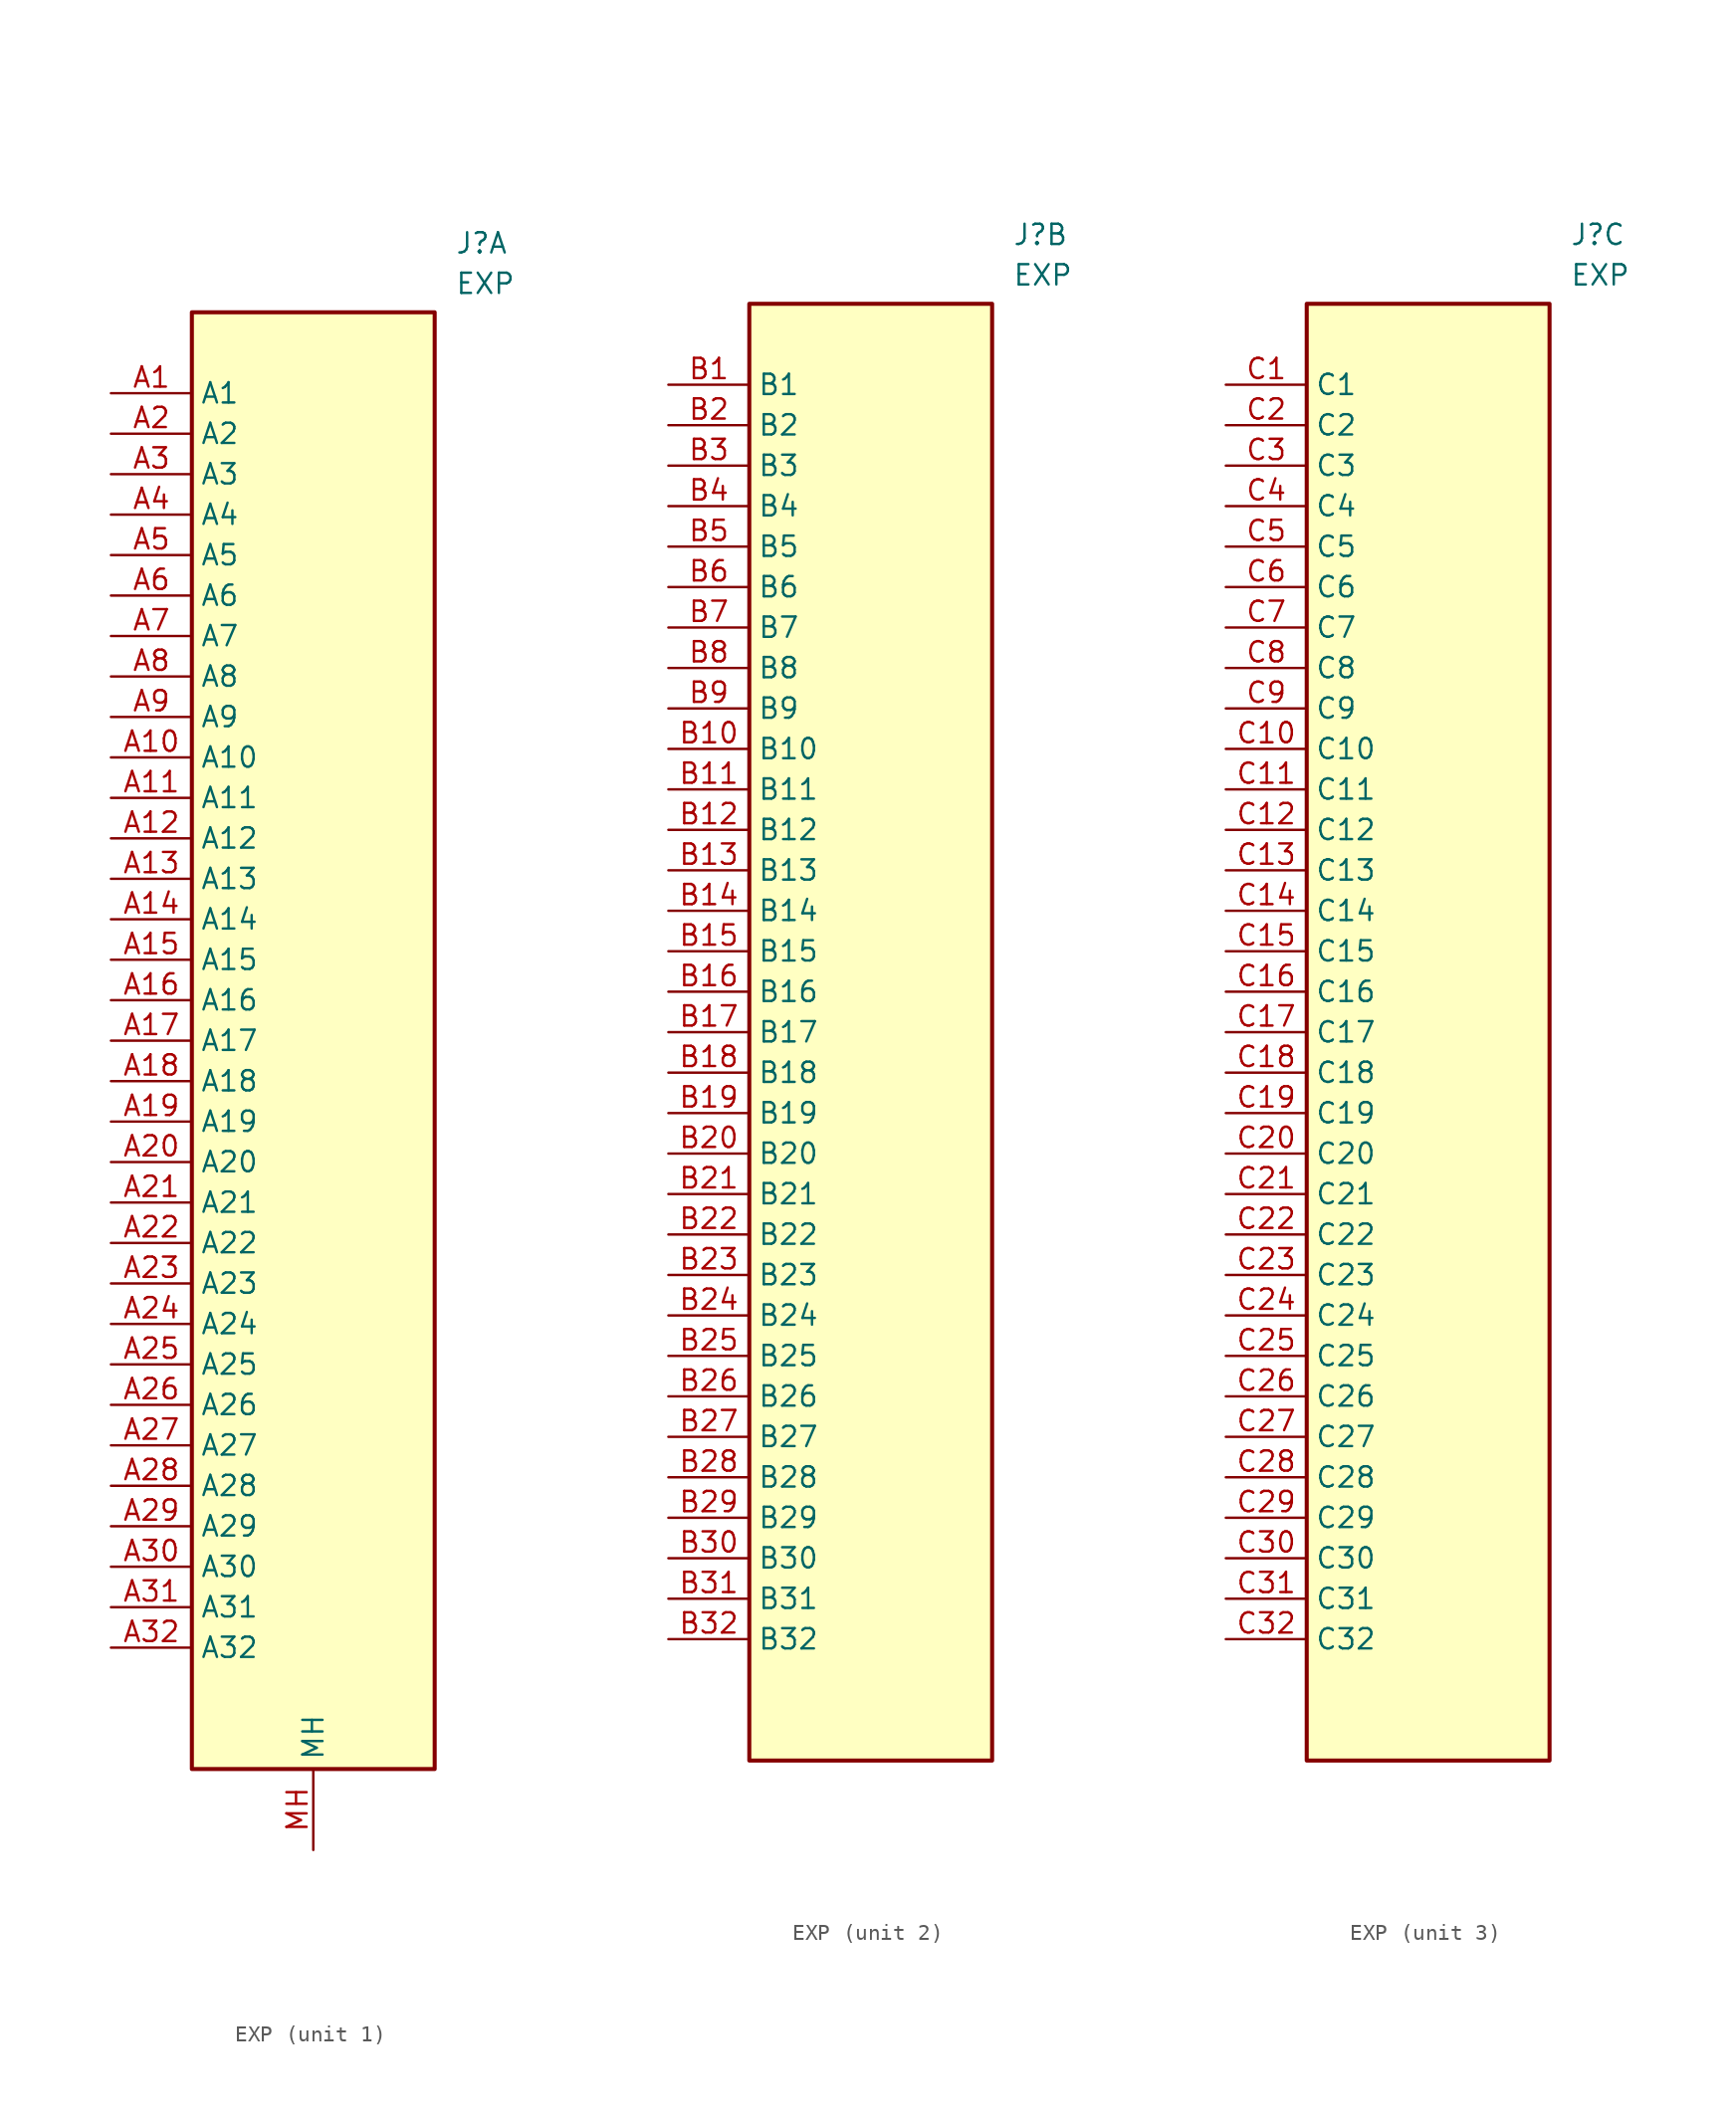
<source format=kicad_sym>
(kicad_symbol_lib
  (version 20220914)
  (generator kicad_symbol_editor)
  (symbol "EXP"
    (property "Reference" "J"
      (at 8.89 50.8 0)
      (effects (font (size 1.27 1.27)) (justify left top)))
    (property "Value" "EXP"
      (at 8.89 48.26 0)
      (effects (font (size 1.27 1.27)) (justify left top)))
    (property "ki_locked" ""
      (at 0 0 0)
      (effects (font (size 1.27 1.27))))
    (symbol "EXP_1_1"
      (rectangle (start -7.62 45.72) (end 7.62 -45.72) (stroke (width 0.254) (type default)) (fill (type background)))
      (pin passive line (at -12.7 40.64 0) (length 5.08) (name "A1" (effects (font (size 1.27 1.27)))) (number "A1" (effects (font (size 1.27 1.27)))))
      (pin passive line (at -12.7 17.78 0) (length 5.08) (name "A10" (effects (font (size 1.27 1.27)))) (number "A10" (effects (font (size 1.27 1.27)))))
      (pin passive line (at -12.7 15.24 0) (length 5.08) (name "A11" (effects (font (size 1.27 1.27)))) (number "A11" (effects (font (size 1.27 1.27)))))
      (pin passive line (at -12.7 12.7 0) (length 5.08) (name "A12" (effects (font (size 1.27 1.27)))) (number "A12" (effects (font (size 1.27 1.27)))))
      (pin passive line (at -12.7 10.16 0) (length 5.08) (name "A13" (effects (font (size 1.27 1.27)))) (number "A13" (effects (font (size 1.27 1.27)))))
      (pin passive line (at -12.7 7.62 0) (length 5.08) (name "A14" (effects (font (size 1.27 1.27)))) (number "A14" (effects (font (size 1.27 1.27)))))
      (pin passive line (at -12.7 5.08 0) (length 5.08) (name "A15" (effects (font (size 1.27 1.27)))) (number "A15" (effects (font (size 1.27 1.27)))))
      (pin passive line (at -12.7 2.54 0) (length 5.08) (name "A16" (effects (font (size 1.27 1.27)))) (number "A16" (effects (font (size 1.27 1.27)))))
      (pin passive line (at -12.7 0 0) (length 5.08) (name "A17" (effects (font (size 1.27 1.27)))) (number "A17" (effects (font (size 1.27 1.27)))))
      (pin passive line (at -12.7 -2.54 0) (length 5.08) (name "A18" (effects (font (size 1.27 1.27)))) (number "A18" (effects (font (size 1.27 1.27)))))
      (pin passive line (at -12.7 -5.08 0) (length 5.08) (name "A19" (effects (font (size 1.27 1.27)))) (number "A19" (effects (font (size 1.27 1.27)))))
      (pin passive line (at -12.7 38.1 0) (length 5.08) (name "A2" (effects (font (size 1.27 1.27)))) (number "A2" (effects (font (size 1.27 1.27)))))
      (pin passive line (at -12.7 -7.62 0) (length 5.08) (name "A20" (effects (font (size 1.27 1.27)))) (number "A20" (effects (font (size 1.27 1.27)))))
      (pin passive line (at -12.7 -10.16 0) (length 5.08) (name "A21" (effects (font (size 1.27 1.27)))) (number "A21" (effects (font (size 1.27 1.27)))))
      (pin passive line (at -12.7 -12.7 0) (length 5.08) (name "A22" (effects (font (size 1.27 1.27)))) (number "A22" (effects (font (size 1.27 1.27)))))
      (pin passive line (at -12.7 -15.24 0) (length 5.08) (name "A23" (effects (font (size 1.27 1.27)))) (number "A23" (effects (font (size 1.27 1.27)))))
      (pin passive line (at -12.7 -17.78 0) (length 5.08) (name "A24" (effects (font (size 1.27 1.27)))) (number "A24" (effects (font (size 1.27 1.27)))))
      (pin passive line (at -12.7 -20.32 0) (length 5.08) (name "A25" (effects (font (size 1.27 1.27)))) (number "A25" (effects (font (size 1.27 1.27)))))
      (pin passive line (at -12.7 -22.86 0) (length 5.08) (name "A26" (effects (font (size 1.27 1.27)))) (number "A26" (effects (font (size 1.27 1.27)))))
      (pin passive line (at -12.7 -25.4 0) (length 5.08) (name "A27" (effects (font (size 1.27 1.27)))) (number "A27" (effects (font (size 1.27 1.27)))))
      (pin passive line (at -12.7 -27.94 0) (length 5.08) (name "A28" (effects (font (size 1.27 1.27)))) (number "A28" (effects (font (size 1.27 1.27)))))
      (pin passive line (at -12.7 -30.48 0) (length 5.08) (name "A29" (effects (font (size 1.27 1.27)))) (number "A29" (effects (font (size 1.27 1.27)))))
      (pin passive line (at -12.7 35.56 0) (length 5.08) (name "A3" (effects (font (size 1.27 1.27)))) (number "A3" (effects (font (size 1.27 1.27)))))
      (pin passive line (at -12.7 -33.02 0) (length 5.08) (name "A30" (effects (font (size 1.27 1.27)))) (number "A30" (effects (font (size 1.27 1.27)))))
      (pin passive line (at -12.7 -35.56 0) (length 5.08) (name "A31" (effects (font (size 1.27 1.27)))) (number "A31" (effects (font (size 1.27 1.27)))))
      (pin passive line (at -12.7 -38.1 0) (length 5.08) (name "A32" (effects (font (size 1.27 1.27)))) (number "A32" (effects (font (size 1.27 1.27)))))
      (pin passive line (at -12.7 33.02 0) (length 5.08) (name "A4" (effects (font (size 1.27 1.27)))) (number "A4" (effects (font (size 1.27 1.27)))))
      (pin passive line (at -12.7 30.48 0) (length 5.08) (name "A5" (effects (font (size 1.27 1.27)))) (number "A5" (effects (font (size 1.27 1.27)))))
      (pin passive line (at -12.7 27.94 0) (length 5.08) (name "A6" (effects (font (size 1.27 1.27)))) (number "A6" (effects (font (size 1.27 1.27)))))
      (pin passive line (at -12.7 25.4 0) (length 5.08) (name "A7" (effects (font (size 1.27 1.27)))) (number "A7" (effects (font (size 1.27 1.27)))))
      (pin passive line (at -12.7 22.86 0) (length 5.08) (name "A8" (effects (font (size 1.27 1.27)))) (number "A8" (effects (font (size 1.27 1.27)))))
      (pin passive line (at -12.7 20.32 0) (length 5.08) (name "A9" (effects (font (size 1.27 1.27)))) (number "A9" (effects (font (size 1.27 1.27)))))
      (pin passive line (at 0 -50.8 90) (length 5.08) (name "MH" (effects (font (size 1.27 1.27)))) (number "MH" (effects (font (size 1.27 1.27))))))
    (symbol "EXP_2_1"
      (rectangle (start -7.62 45.72) (end 7.62 -45.72) (stroke (width 0.254) (type default)) (fill (type background)))
      (pin passive line (at -12.7 40.64 0) (length 5.08) (name "B1" (effects (font (size 1.27 1.27)))) (number "B1" (effects (font (size 1.27 1.27)))))
      (pin passive line (at -12.7 17.78 0) (length 5.08) (name "B10" (effects (font (size 1.27 1.27)))) (number "B10" (effects (font (size 1.27 1.27)))))
      (pin passive line (at -12.7 15.24 0) (length 5.08) (name "B11" (effects (font (size 1.27 1.27)))) (number "B11" (effects (font (size 1.27 1.27)))))
      (pin passive line (at -12.7 12.7 0) (length 5.08) (name "B12" (effects (font (size 1.27 1.27)))) (number "B12" (effects (font (size 1.27 1.27)))))
      (pin passive line (at -12.7 10.16 0) (length 5.08) (name "B13" (effects (font (size 1.27 1.27)))) (number "B13" (effects (font (size 1.27 1.27)))))
      (pin passive line (at -12.7 7.62 0) (length 5.08) (name "B14" (effects (font (size 1.27 1.27)))) (number "B14" (effects (font (size 1.27 1.27)))))
      (pin passive line (at -12.7 5.08 0) (length 5.08) (name "B15" (effects (font (size 1.27 1.27)))) (number "B15" (effects (font (size 1.27 1.27)))))
      (pin passive line (at -12.7 2.54 0) (length 5.08) (name "B16" (effects (font (size 1.27 1.27)))) (number "B16" (effects (font (size 1.27 1.27)))))
      (pin passive line (at -12.7 0 0) (length 5.08) (name "B17" (effects (font (size 1.27 1.27)))) (number "B17" (effects (font (size 1.27 1.27)))))
      (pin passive line (at -12.7 -2.54 0) (length 5.08) (name "B18" (effects (font (size 1.27 1.27)))) (number "B18" (effects (font (size 1.27 1.27)))))
      (pin passive line (at -12.7 -5.08 0) (length 5.08) (name "B19" (effects (font (size 1.27 1.27)))) (number "B19" (effects (font (size 1.27 1.27)))))
      (pin passive line (at -12.7 38.1 0) (length 5.08) (name "B2" (effects (font (size 1.27 1.27)))) (number "B2" (effects (font (size 1.27 1.27)))))
      (pin passive line (at -12.7 -7.62 0) (length 5.08) (name "B20" (effects (font (size 1.27 1.27)))) (number "B20" (effects (font (size 1.27 1.27)))))
      (pin passive line (at -12.7 -10.16 0) (length 5.08) (name "B21" (effects (font (size 1.27 1.27)))) (number "B21" (effects (font (size 1.27 1.27)))))
      (pin passive line (at -12.7 -12.7 0) (length 5.08) (name "B22" (effects (font (size 1.27 1.27)))) (number "B22" (effects (font (size 1.27 1.27)))))
      (pin passive line (at -12.7 -15.24 0) (length 5.08) (name "B23" (effects (font (size 1.27 1.27)))) (number "B23" (effects (font (size 1.27 1.27)))))
      (pin passive line (at -12.7 -17.78 0) (length 5.08) (name "B24" (effects (font (size 1.27 1.27)))) (number "B24" (effects (font (size 1.27 1.27)))))
      (pin passive line (at -12.7 -20.32 0) (length 5.08) (name "B25" (effects (font (size 1.27 1.27)))) (number "B25" (effects (font (size 1.27 1.27)))))
      (pin passive line (at -12.7 -22.86 0) (length 5.08) (name "B26" (effects (font (size 1.27 1.27)))) (number "B26" (effects (font (size 1.27 1.27)))))
      (pin passive line (at -12.7 -25.4 0) (length 5.08) (name "B27" (effects (font (size 1.27 1.27)))) (number "B27" (effects (font (size 1.27 1.27)))))
      (pin passive line (at -12.7 -27.94 0) (length 5.08) (name "B28" (effects (font (size 1.27 1.27)))) (number "B28" (effects (font (size 1.27 1.27)))))
      (pin passive line (at -12.7 -30.48 0) (length 5.08) (name "B29" (effects (font (size 1.27 1.27)))) (number "B29" (effects (font (size 1.27 1.27)))))
      (pin passive line (at -12.7 35.56 0) (length 5.08) (name "B3" (effects (font (size 1.27 1.27)))) (number "B3" (effects (font (size 1.27 1.27)))))
      (pin passive line (at -12.7 -33.02 0) (length 5.08) (name "B30" (effects (font (size 1.27 1.27)))) (number "B30" (effects (font (size 1.27 1.27)))))
      (pin passive line (at -12.7 -35.56 0) (length 5.08) (name "B31" (effects (font (size 1.27 1.27)))) (number "B31" (effects (font (size 1.27 1.27)))))
      (pin passive line (at -12.7 -38.1 0) (length 5.08) (name "B32" (effects (font (size 1.27 1.27)))) (number "B32" (effects (font (size 1.27 1.27)))))
      (pin passive line (at -12.7 33.02 0) (length 5.08) (name "B4" (effects (font (size 1.27 1.27)))) (number "B4" (effects (font (size 1.27 1.27)))))
      (pin passive line (at -12.7 30.48 0) (length 5.08) (name "B5" (effects (font (size 1.27 1.27)))) (number "B5" (effects (font (size 1.27 1.27)))))
      (pin passive line (at -12.7 27.94 0) (length 5.08) (name "B6" (effects (font (size 1.27 1.27)))) (number "B6" (effects (font (size 1.27 1.27)))))
      (pin passive line (at -12.7 25.4 0) (length 5.08) (name "B7" (effects (font (size 1.27 1.27)))) (number "B7" (effects (font (size 1.27 1.27)))))
      (pin passive line (at -12.7 22.86 0) (length 5.08) (name "B8" (effects (font (size 1.27 1.27)))) (number "B8" (effects (font (size 1.27 1.27)))))
      (pin passive line (at -12.7 20.32 0) (length 5.08) (name "B9" (effects (font (size 1.27 1.27)))) (number "B9" (effects (font (size 1.27 1.27))))))
    (symbol "EXP_3_1"
      (rectangle (start -7.62 45.72) (end 7.62 -45.72) (stroke (width 0.254) (type default)) (fill (type background)))
      (pin passive line (at -12.7 40.64 0) (length 5.08) (name "C1" (effects (font (size 1.27 1.27)))) (number "C1" (effects (font (size 1.27 1.27)))))
      (pin passive line (at -12.7 17.78 0) (length 5.08) (name "C10" (effects (font (size 1.27 1.27)))) (number "C10" (effects (font (size 1.27 1.27)))))
      (pin passive line (at -12.7 15.24 0) (length 5.08) (name "C11" (effects (font (size 1.27 1.27)))) (number "C11" (effects (font (size 1.27 1.27)))))
      (pin passive line (at -12.7 12.7 0) (length 5.08) (name "C12" (effects (font (size 1.27 1.27)))) (number "C12" (effects (font (size 1.27 1.27)))))
      (pin passive line (at -12.7 10.16 0) (length 5.08) (name "C13" (effects (font (size 1.27 1.27)))) (number "C13" (effects (font (size 1.27 1.27)))))
      (pin passive line (at -12.7 7.62 0) (length 5.08) (name "C14" (effects (font (size 1.27 1.27)))) (number "C14" (effects (font (size 1.27 1.27)))))
      (pin passive line (at -12.7 5.08 0) (length 5.08) (name "C15" (effects (font (size 1.27 1.27)))) (number "C15" (effects (font (size 1.27 1.27)))))
      (pin passive line (at -12.7 2.54 0) (length 5.08) (name "C16" (effects (font (size 1.27 1.27)))) (number "C16" (effects (font (size 1.27 1.27)))))
      (pin passive line (at -12.7 0 0) (length 5.08) (name "C17" (effects (font (size 1.27 1.27)))) (number "C17" (effects (font (size 1.27 1.27)))))
      (pin passive line (at -12.7 -2.54 0) (length 5.08) (name "C18" (effects (font (size 1.27 1.27)))) (number "C18" (effects (font (size 1.27 1.27)))))
      (pin passive line (at -12.7 -5.08 0) (length 5.08) (name "C19" (effects (font (size 1.27 1.27)))) (number "C19" (effects (font (size 1.27 1.27)))))
      (pin passive line (at -12.7 38.1 0) (length 5.08) (name "C2" (effects (font (size 1.27 1.27)))) (number "C2" (effects (font (size 1.27 1.27)))))
      (pin passive line (at -12.7 -7.62 0) (length 5.08) (name "C20" (effects (font (size 1.27 1.27)))) (number "C20" (effects (font (size 1.27 1.27)))))
      (pin passive line (at -12.7 -10.16 0) (length 5.08) (name "C21" (effects (font (size 1.27 1.27)))) (number "C21" (effects (font (size 1.27 1.27)))))
      (pin passive line (at -12.7 -12.7 0) (length 5.08) (name "C22" (effects (font (size 1.27 1.27)))) (number "C22" (effects (font (size 1.27 1.27)))))
      (pin passive line (at -12.7 -15.24 0) (length 5.08) (name "C23" (effects (font (size 1.27 1.27)))) (number "C23" (effects (font (size 1.27 1.27)))))
      (pin passive line (at -12.7 -17.78 0) (length 5.08) (name "C24" (effects (font (size 1.27 1.27)))) (number "C24" (effects (font (size 1.27 1.27)))))
      (pin passive line (at -12.7 -20.32 0) (length 5.08) (name "C25" (effects (font (size 1.27 1.27)))) (number "C25" (effects (font (size 1.27 1.27)))))
      (pin passive line (at -12.7 -22.86 0) (length 5.08) (name "C26" (effects (font (size 1.27 1.27)))) (number "C26" (effects (font (size 1.27 1.27)))))
      (pin passive line (at -12.7 -25.4 0) (length 5.08) (name "C27" (effects (font (size 1.27 1.27)))) (number "C27" (effects (font (size 1.27 1.27)))))
      (pin passive line (at -12.7 -27.94 0) (length 5.08) (name "C28" (effects (font (size 1.27 1.27)))) (number "C28" (effects (font (size 1.27 1.27)))))
      (pin passive line (at -12.7 -30.48 0) (length 5.08) (name "C29" (effects (font (size 1.27 1.27)))) (number "C29" (effects (font (size 1.27 1.27)))))
      (pin passive line (at -12.7 35.56 0) (length 5.08) (name "C3" (effects (font (size 1.27 1.27)))) (number "C3" (effects (font (size 1.27 1.27)))))
      (pin passive line (at -12.7 -33.02 0) (length 5.08) (name "C30" (effects (font (size 1.27 1.27)))) (number "C30" (effects (font (size 1.27 1.27)))))
      (pin passive line (at -12.7 -35.56 0) (length 5.08) (name "C31" (effects (font (size 1.27 1.27)))) (number "C31" (effects (font (size 1.27 1.27)))))
      (pin passive line (at -12.7 -38.1 0) (length 5.08) (name "C32" (effects (font (size 1.27 1.27)))) (number "C32" (effects (font (size 1.27 1.27)))))
      (pin passive line (at -12.7 33.02 0) (length 5.08) (name "C4" (effects (font (size 1.27 1.27)))) (number "C4" (effects (font (size 1.27 1.27)))))
      (pin passive line (at -12.7 30.48 0) (length 5.08) (name "C5" (effects (font (size 1.27 1.27)))) (number "C5" (effects (font (size 1.27 1.27)))))
      (pin passive line (at -12.7 27.94 0) (length 5.08) (name "C6" (effects (font (size 1.27 1.27)))) (number "C6" (effects (font (size 1.27 1.27)))))
      (pin passive line (at -12.7 25.4 0) (length 5.08) (name "C7" (effects (font (size 1.27 1.27)))) (number "C7" (effects (font (size 1.27 1.27)))))
      (pin passive line (at -12.7 22.86 0) (length 5.08) (name "C8" (effects (font (size 1.27 1.27)))) (number "C8" (effects (font (size 1.27 1.27)))))
      (pin passive line (at -12.7 20.32 0) (length 5.08) (name "C9" (effects (font (size 1.27 1.27)))) (number "C9" (effects (font (size 1.27 1.27))))))))
</source>
